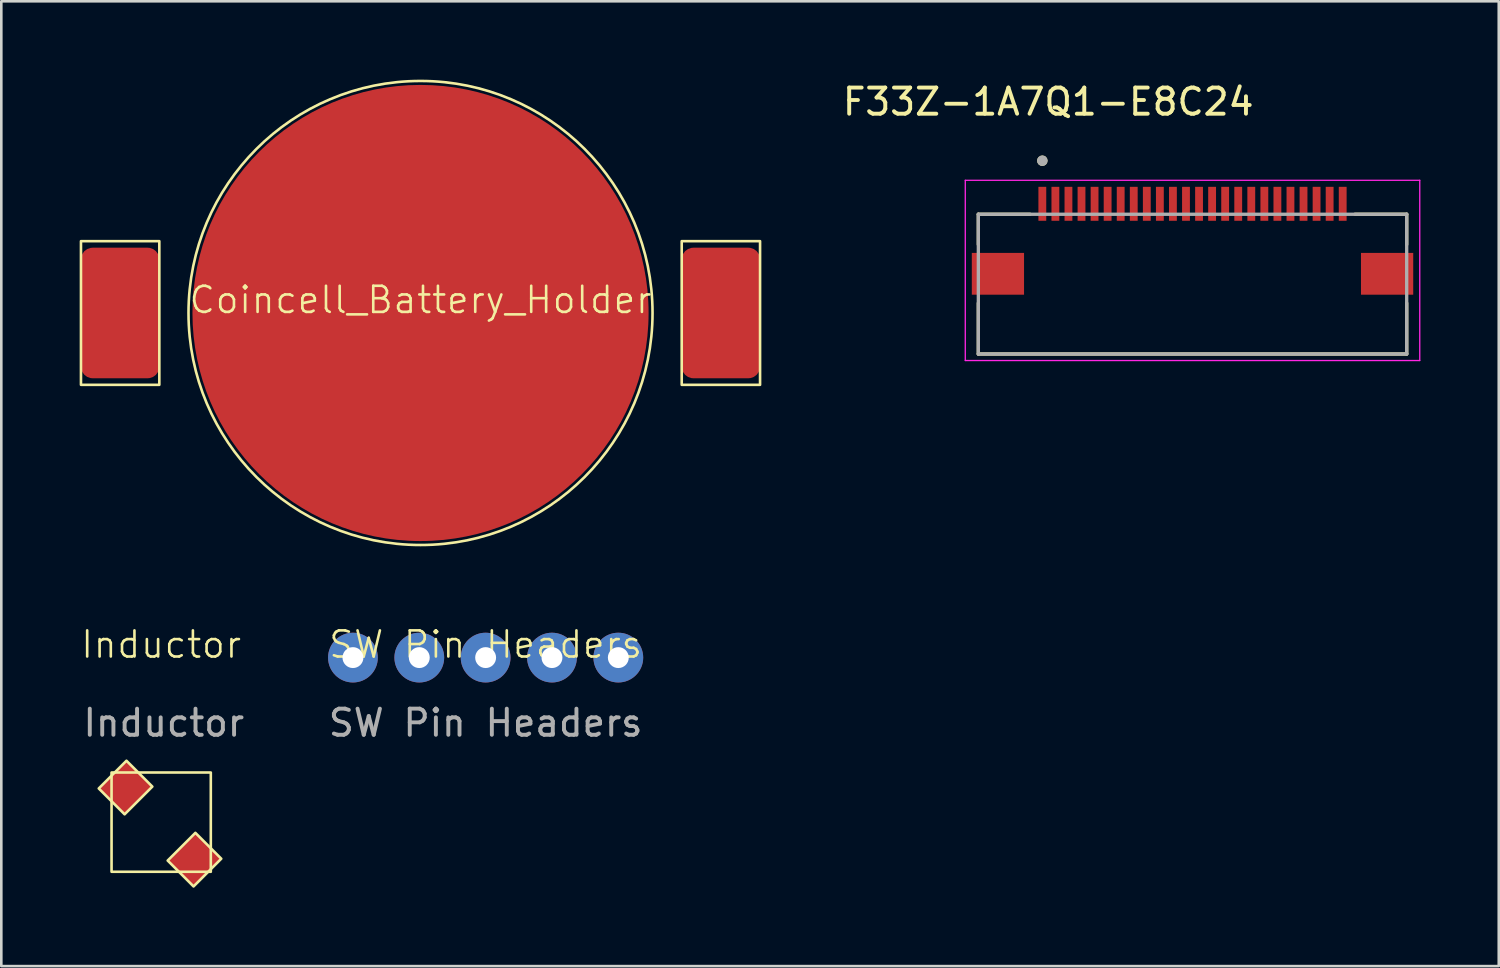
<source format=kicad_pcb>
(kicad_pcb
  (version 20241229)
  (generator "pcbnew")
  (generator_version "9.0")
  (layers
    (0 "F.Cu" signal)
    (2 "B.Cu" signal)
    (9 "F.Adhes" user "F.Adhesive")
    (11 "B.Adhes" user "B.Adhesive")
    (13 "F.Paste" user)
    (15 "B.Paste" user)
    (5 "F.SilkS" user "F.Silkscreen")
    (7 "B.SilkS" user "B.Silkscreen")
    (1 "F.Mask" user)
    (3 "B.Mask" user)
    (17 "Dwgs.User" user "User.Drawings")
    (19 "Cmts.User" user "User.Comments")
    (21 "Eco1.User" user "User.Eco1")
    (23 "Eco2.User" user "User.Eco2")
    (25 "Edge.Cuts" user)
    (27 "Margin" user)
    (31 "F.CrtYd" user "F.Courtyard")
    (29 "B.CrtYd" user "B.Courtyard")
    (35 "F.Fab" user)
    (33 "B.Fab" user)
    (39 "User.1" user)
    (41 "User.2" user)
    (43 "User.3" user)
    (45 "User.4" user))
  (footprint "SW Pin Headers"
    (layer "F.Cu")
    (at 15.543 22.127)
    (property "Reference" "SW Pin Headers" (at 0 -0.5 0) (unlocked yes) (layer "F.SilkS") (effects (font (size 1 1) (thickness 0.1))))
    (attr smd)
    (fp_text user "${REFERENCE}" (at 0 2.5 0) (unlocked yes) (layer "F.Fab") (effects (font (size 1 1) (thickness 0.15))))
    (pad "1" thru_hole circle (at -5.08 0) (size 1.905 1.905) (drill oval 0.8) (layers "*.Cu" "*.Mask"))
    (pad "2" thru_hole circle (at -2.54 0) (size 1.905 1.905) (drill oval 0.8) (layers "*.Cu" "*.Mask"))
    (pad "3" thru_hole circle (at 0 0) (size 1.905 1.905) (drill oval 0.8) (layers "*.Cu" "*.Mask"))
    (pad "4" thru_hole circle (at 2.54 0) (size 1.905 1.905) (drill oval 0.8) (layers "*.Cu" "*.Mask"))
    (pad "5" thru_hole circle (at 5.08 0) (size 1.905 1.905) (drill oval 0.8) (layers "*.Cu" "*.Mask")))
  (footprint "F33Z-1A7Q1-E8C24"
    (layer "F.Cu")
    (at 42.607 7.433)
    (property "Reference" "F33Z-1A7Q1-E8C24" (at -5.525 -6.585 0) (layer "F.SilkS") (effects (font (size 1 1) (thickness 0.15))))
    (attr smd)
    (fp_line (start -8.2 -2.28) (end -6.22 -2.28) (stroke (width 0.127) (type solid)) (layer "F.SilkS"))
    (fp_line (start -8.2 -1.12) (end -8.2 -2.28) (stroke (width 0.127) (type solid)) (layer "F.SilkS"))
    (fp_line (start -8.2 3.07) (end -8.2 1.12) (stroke (width 0.127) (type solid)) (layer "F.SilkS"))
    (fp_line (start 6.22 -2.28) (end 8.2 -2.28) (stroke (width 0.127) (type solid)) (layer "F.SilkS"))
    (fp_line (start 8.2 -2.28) (end 8.2 -1.12) (stroke (width 0.127) (type solid)) (layer "F.SilkS"))
    (fp_line (start 8.2 3.07) (end -8.2 3.07) (stroke (width 0.127) (type solid)) (layer "F.SilkS"))
    (fp_line (start 8.2 3.07) (end 8.2 1.12) (stroke (width 0.127) (type solid)) (layer "F.SilkS"))
    (fp_circle (center -5.75 -4.33) (end -5.65 -4.33) (stroke (width 0.2) (type solid)) (fill no) (layer "F.SilkS"))
    (fp_line (start -8.7 -3.58) (end -8.7 3.32) (stroke (width 0.05) (type solid)) (layer "F.CrtYd"))
    (fp_line (start -8.7 3.32) (end 8.7 3.32) (stroke (width 0.05) (type solid)) (layer "F.CrtYd"))
    (fp_line (start 8.7 -3.58) (end -8.7 -3.58) (stroke (width 0.05) (type solid)) (layer "F.CrtYd"))
    (fp_line (start 8.7 3.32) (end 8.7 -3.58) (stroke (width 0.05) (type solid)) (layer "F.CrtYd"))
    (fp_line (start -8.2 -2.28) (end 8.2 -2.28) (stroke (width 0.127) (type solid)) (layer "F.Fab"))
    (fp_line (start -8.2 3.07) (end -8.2 -2.28) (stroke (width 0.127) (type solid)) (layer "F.Fab"))
    (fp_line (start 8.2 -2.28) (end 8.2 3.07) (stroke (width 0.127) (type solid)) (layer "F.Fab"))
    (fp_line (start 8.2 3.07) (end -8.2 3.07) (stroke (width 0.127) (type solid)) (layer "F.Fab"))
    (fp_circle (center -5.75 -4.33) (end -5.65 -4.33) (stroke (width 0.2) (type solid)) (fill no) (layer "F.Fab"))
    (pad "1" smd rect (at -5.75 -2.68) (size 0.3 1.3) (layers "F.Cu" "F.Mask" "F.Paste"))
    (pad "2" smd rect (at -5.25 -2.68) (size 0.3 1.3) (layers "F.Cu" "F.Mask" "F.Paste"))
    (pad "3" smd rect (at -4.75 -2.68) (size 0.3 1.3) (layers "F.Cu" "F.Mask" "F.Paste"))
    (pad "4" smd rect (at -4.25 -2.68) (size 0.3 1.3) (layers "F.Cu" "F.Mask" "F.Paste"))
    (pad "5" smd rect (at -3.75 -2.68) (size 0.3 1.3) (layers "F.Cu" "F.Mask" "F.Paste"))
    (pad "6" smd rect (at -3.25 -2.68) (size 0.3 1.3) (layers "F.Cu" "F.Mask" "F.Paste"))
    (pad "7" smd rect (at -2.75 -2.68) (size 0.3 1.3) (layers "F.Cu" "F.Mask" "F.Paste"))
    (pad "8" smd rect (at -2.25 -2.68) (size 0.3 1.3) (layers "F.Cu" "F.Mask" "F.Paste"))
    (pad "9" smd rect (at -1.75 -2.68) (size 0.3 1.3) (layers "F.Cu" "F.Mask" "F.Paste"))
    (pad "10" smd rect (at -1.25 -2.68) (size 0.3 1.3) (layers "F.Cu" "F.Mask" "F.Paste"))
    (pad "11" smd rect (at -0.75 -2.68) (size 0.3 1.3) (layers "F.Cu" "F.Mask" "F.Paste"))
    (pad "12" smd rect (at -0.25 -2.68) (size 0.3 1.3) (layers "F.Cu" "F.Mask" "F.Paste"))
    (pad "13" smd rect (at 0.25 -2.68) (size 0.3 1.3) (layers "F.Cu" "F.Mask" "F.Paste"))
    (pad "14" smd rect (at 0.75 -2.68) (size 0.3 1.3) (layers "F.Cu" "F.Mask" "F.Paste"))
    (pad "15" smd rect (at 1.25 -2.68) (size 0.3 1.3) (layers "F.Cu" "F.Mask" "F.Paste"))
    (pad "16" smd rect (at 1.75 -2.68) (size 0.3 1.3) (layers "F.Cu" "F.Mask" "F.Paste"))
    (pad "17" smd rect (at 2.25 -2.68) (size 0.3 1.3) (layers "F.Cu" "F.Mask" "F.Paste"))
    (pad "18" smd rect (at 2.75 -2.68) (size 0.3 1.3) (layers "F.Cu" "F.Mask" "F.Paste"))
    (pad "19" smd rect (at 3.25 -2.68) (size 0.3 1.3) (layers "F.Cu" "F.Mask" "F.Paste"))
    (pad "20" smd rect (at 3.75 -2.68) (size 0.3 1.3) (layers "F.Cu" "F.Mask" "F.Paste"))
    (pad "21" smd rect (at 4.25 -2.68) (size 0.3 1.3) (layers "F.Cu" "F.Mask" "F.Paste"))
    (pad "22" smd rect (at 4.75 -2.68) (size 0.3 1.3) (layers "F.Cu" "F.Mask" "F.Paste"))
    (pad "23" smd rect (at 5.25 -2.68) (size 0.3 1.3) (layers "F.Cu" "F.Mask" "F.Paste"))
    (pad "24" smd rect (at 5.75 -2.68) (size 0.3 1.3) (layers "F.Cu" "F.Mask" "F.Paste"))
    (pad "SH1" smd rect (at -7.45 0) (size 2 1.6) (layers "F.Cu" "F.Mask" "F.Paste"))
    (pad "SH2" smd rect (at 7.45 0) (size 2 1.6) (layers "F.Cu" "F.Mask" "F.Paste")))
  (footprint "Coincell_Battery_Holder"
    (layer "F.Cu")
    (at 13.05 8.933)
    (property "Reference" "Coincell_Battery_Holder" (at 0 -0.5 0) (unlocked yes) (layer "F.SilkS") (effects (font (size 1 1) (thickness 0.1))))
    (attr smd)
    (fp_rect (start -13 -2.75) (end -10 2.75) (stroke (width 0.1) (type solid)) (fill no) (layer "F.SilkS"))
    (fp_rect (start 10 -2.75) (end 13 2.75) (stroke (width 0.1) (type default)) (fill no) (layer "F.SilkS"))
    (fp_circle (center 0 0) (end 8.882 -0.139) (stroke (width 0.1) (type default)) (fill no) (layer "F.SilkS"))
    (pad "1" smd roundrect (at -11.5 0 90) (size 5 3) (layers "F.Cu" "F.Mask" "F.Paste") (roundrect_rratio 0.15))
    (pad "1" smd roundrect (at 11.5 0 90) (size 5 3) (layers "F.Cu" "F.Mask" "F.Paste") (roundrect_rratio 0.15))
    (pad "2" smd circle (at 0 0) (size 17.464 17.464) (layers "F.Cu" "F.Mask" "F.Paste")))
  (footprint "Inductor"
    (layer "F.Cu")
    (at 3.121 28.427)
    (property "Reference" "Inductor" (at 0 -6.8 0) (unlocked yes) (layer "F.SilkS") (effects (font (size 1 1) (thickness 0.1))))
    (attr smd)
    (fp_rect (start -1.9 -1.9) (end 1.9 1.9) (stroke (width 0.1) (type solid)) (fill no) (layer "F.SilkS"))
    (fp_poly (pts (xy -2.39 -1.29) (xy -1.329 -2.351) (xy -0.339 -1.361) (xy -1.4 -0.3)) (stroke (width 0.1) (type default)) (fill no) (layer "F.SilkS"))
    (fp_poly (pts (xy 0.249 1.471) (xy 1.31 0.41) (xy 2.3 1.4) (xy 1.239 2.461)) (stroke (width 0.1) (type default)) (fill no) (layer "F.SilkS"))
    (fp_text user "${REFERENCE}" (at 0.1 -3.8 0) (unlocked yes) (layer "F.Fab") (effects (font (size 1 1) (thickness 0.15))))
    (pad "1" smd rect (at -1.35 -1.3 45) (size 1.5 1.4) (layers "F.Cu" "F.Mask" "F.Paste"))
    (pad "2" smd rect (at 1.3 1.45 45) (size 1.5 1.4) (layers "F.Cu" "F.Mask" "F.Paste")))
  (gr_rect
    (start -3 -3)
    (end 54.332 33.938)
    (stroke (width 0.1) (type default))
    (fill no)
    (layer "Edge.Cuts")))
</source>
